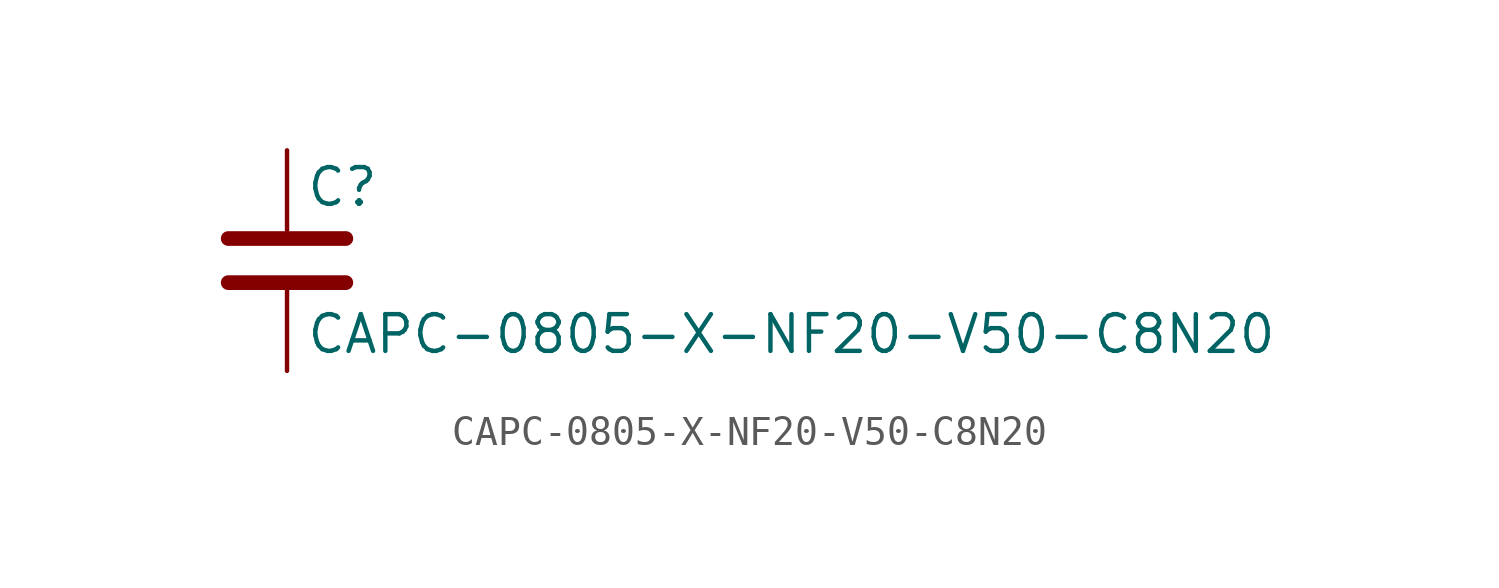
<source format=kicad_sym>
(kicad_symbol_lib
  (version 20211014)
  (generator kicad_symbol_editor)
  (symbol "CAPC-0805-X-NF20-V50-C8N20"
    (pin_numbers hide)
    (pin_names
      (offset 0.254))
    (property "Reference" "C"
      (at 0.635 2.54 0)
      (effects (font (size 1.27 1.27)) (justify left)))
    (property "Value" "CAPC-0805-X-NF20-V50-C8N20"
      (at 0.635 -2.54 0)
      (effects (font (size 1.27 1.27)) (justify left)))
    (symbol "CAPC-0805-X-NF20-V50-C8N20_0_1"
      (polyline (pts (xy -2.032 -0.762) (xy 2.032 -0.762)) (stroke (width 0.508) (type default) (color 0 0 0 0)) (fill (type none)))
      (polyline (pts (xy -2.032 0.762) (xy 2.032 0.762)) (stroke (width 0.508) (type default) (color 0 0 0 0)) (fill (type none))))
    (symbol "CAPC-0805-X-NF20-V50-C8N20_1_1"
      (pin passive line (at 0 3.81 270) (length 2.794) (name "~" (effects (font (size 1.27 1.27)))) (number "1" (effects (font (size 1.27 1.27)))))
      (pin passive line (at 0 -3.81 90) (length 2.794) (name "~" (effects (font (size 1.27 1.27)))) (number "2" (effects (font (size 1.27 1.27))))))))
</source>
